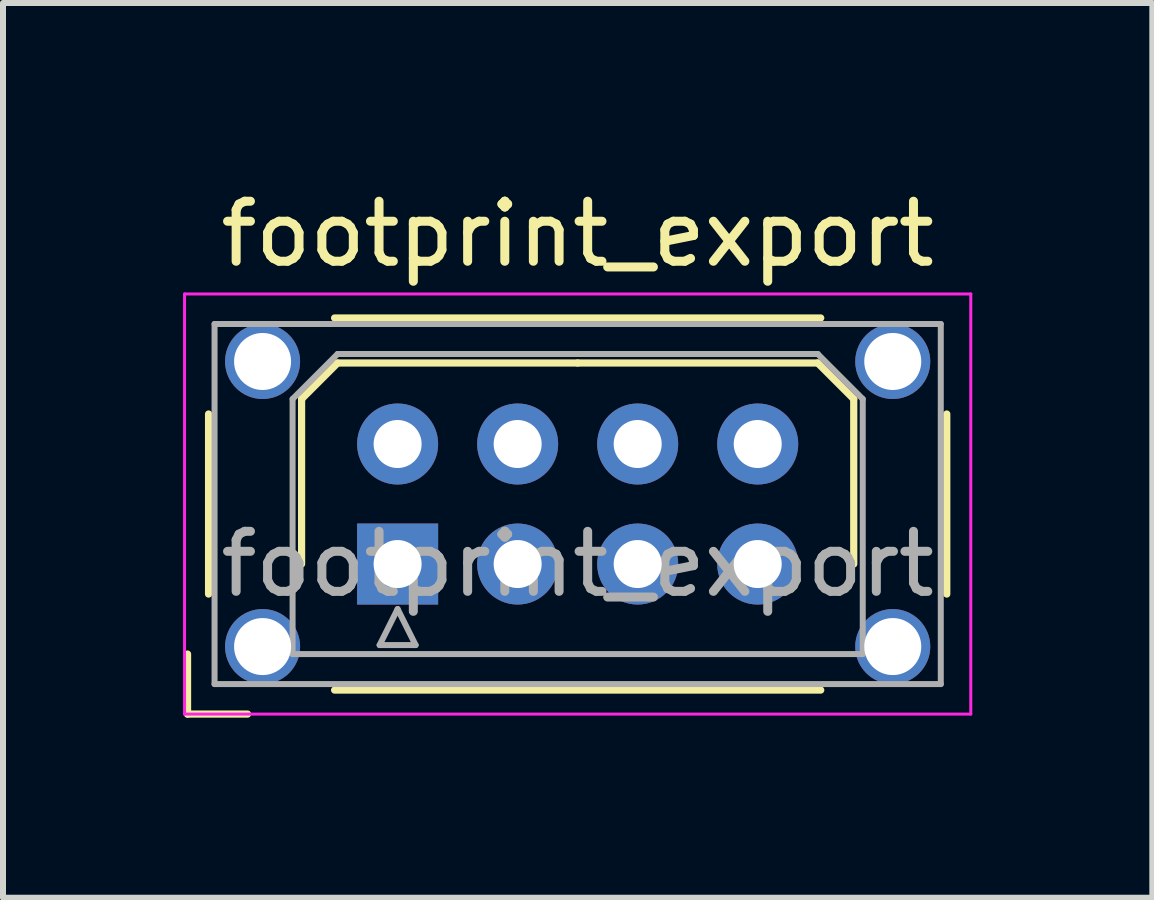
<source format=kicad_pcb>
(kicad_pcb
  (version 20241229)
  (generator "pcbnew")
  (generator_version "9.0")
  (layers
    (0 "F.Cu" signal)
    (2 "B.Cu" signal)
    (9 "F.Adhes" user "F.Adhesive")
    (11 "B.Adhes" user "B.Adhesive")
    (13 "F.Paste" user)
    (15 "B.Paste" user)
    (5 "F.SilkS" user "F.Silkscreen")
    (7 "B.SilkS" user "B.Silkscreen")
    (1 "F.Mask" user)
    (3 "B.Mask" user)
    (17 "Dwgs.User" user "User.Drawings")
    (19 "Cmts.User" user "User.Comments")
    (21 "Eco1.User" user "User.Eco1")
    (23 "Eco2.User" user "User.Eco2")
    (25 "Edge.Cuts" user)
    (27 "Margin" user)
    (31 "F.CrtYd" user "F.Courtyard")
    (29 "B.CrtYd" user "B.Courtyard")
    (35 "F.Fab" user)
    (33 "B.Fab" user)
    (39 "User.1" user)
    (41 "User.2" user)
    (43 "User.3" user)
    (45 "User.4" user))
  (footprint "footprint_export"
    (layer "F.Cu")
    (at 3.575 6.348)
    (property "Reference" "footprint_export" (at 3 -5.5 0) (layer "F.SilkS") (effects (font (size 1 1) (thickness 0.15))))
    (attr through_hole)
    (fp_line (start -3.5 1.5) (end -3.5 2.5) (stroke (width 0.12) (type solid)) (layer "F.SilkS"))
    (fp_line (start -3.5 2.5) (end -2.5 2.5) (stroke (width 0.12) (type solid)) (layer "F.SilkS"))
    (fp_line (start -3.15 -2.5) (end -3.15 0.5) (stroke (width 0.12) (type solid)) (layer "F.SilkS"))
    (fp_line (start -1.6 -2.75) (end -1 -3.35) (stroke (width 0.12) (type solid)) (layer "F.SilkS"))
    (fp_line (start -1.6 0) (end -1.6 -2.75) (stroke (width 0.12) (type solid)) (layer "F.SilkS"))
    (fp_line (start -1.05 -4.1) (end 7.05 -4.1) (stroke (width 0.12) (type solid)) (layer "F.SilkS"))
    (fp_line (start -1.05 2.1) (end 7.05 2.1) (stroke (width 0.12) (type solid)) (layer "F.SilkS"))
    (fp_line (start -1 -3.35) (end 3 -3.35) (stroke (width 0.12) (type solid)) (layer "F.SilkS"))
    (fp_line (start 7 -3.35) (end 3 -3.35) (stroke (width 0.12) (type solid)) (layer "F.SilkS"))
    (fp_line (start 7.6 -2.75) (end 7 -3.35) (stroke (width 0.12) (type solid)) (layer "F.SilkS"))
    (fp_line (start 7.6 0) (end 7.6 -2.75) (stroke (width 0.12) (type solid)) (layer "F.SilkS"))
    (fp_line (start 9.15 -2.5) (end 9.15 0.5) (stroke (width 0.12) (type solid)) (layer "F.SilkS"))
    (fp_line (start -3.55 -4.5) (end -3.55 2.5) (stroke (width 0.05) (type solid)) (layer "F.CrtYd"))
    (fp_line (start -3.55 2.5) (end 9.55 2.5) (stroke (width 0.05) (type solid)) (layer "F.CrtYd"))
    (fp_line (start 9.55 -4.5) (end -3.55 -4.5) (stroke (width 0.05) (type solid)) (layer "F.CrtYd"))
    (fp_line (start 9.55 2.5) (end 9.55 -4.5) (stroke (width 0.05) (type solid)) (layer "F.CrtYd"))
    (fp_line (start -3.05 -4) (end -3.05 2) (stroke (width 0.1) (type solid)) (layer "F.Fab"))
    (fp_line (start -3.05 2) (end 9.05 2) (stroke (width 0.1) (type solid)) (layer "F.Fab"))
    (fp_line (start -1.75 -2.75) (end -1 -3.5) (stroke (width 0.1) (type solid)) (layer "F.Fab"))
    (fp_line (start -1.75 1.5) (end -1.75 -2.75) (stroke (width 0.1) (type solid)) (layer "F.Fab"))
    (fp_line (start -1 -3.5) (end 7 -3.5) (stroke (width 0.1) (type solid)) (layer "F.Fab"))
    (fp_line (start -0.3 1.35) (end 0.3 1.35) (stroke (width 0.1) (type solid)) (layer "F.Fab"))
    (fp_line (start 0 0.75) (end -0.3 1.35) (stroke (width 0.1) (type solid)) (layer "F.Fab"))
    (fp_line (start 0.3 1.35) (end 0 0.75) (stroke (width 0.1) (type solid)) (layer "F.Fab"))
    (fp_line (start 7 -3.5) (end 7.75 -2.75) (stroke (width 0.1) (type solid)) (layer "F.Fab"))
    (fp_line (start 7.75 -2.75) (end 7.75 1.5) (stroke (width 0.1) (type solid)) (layer "F.Fab"))
    (fp_line (start 7.75 1.5) (end -1.75 1.5) (stroke (width 0.1) (type solid)) (layer "F.Fab"))
    (fp_line (start 9.05 -4) (end -3.05 -4) (stroke (width 0.1) (type solid)) (layer "F.Fab"))
    (fp_line (start 9.05 2) (end 9.05 -4) (stroke (width 0.1) (type solid)) (layer "F.Fab"))
    (fp_text user "${REFERENCE}" (at 3 0 0) (layer "F.Fab") (effects (font (size 1 1) (thickness 0.15))))
    (pad "" thru_hole circle (at -2.25 -3.375) (size 1.25 1.25) (drill 0.95) (layers "*.Cu" "*.Mask"))
    (pad "" thru_hole circle (at -2.25 1.375) (size 1.25 1.25) (drill 0.95) (layers "*.Cu" "*.Mask"))
    (pad "" thru_hole circle (at 8.25 -3.375) (size 1.25 1.25) (drill 0.95) (layers "*.Cu" "*.Mask"))
    (pad "" thru_hole circle (at 8.25 1.375) (size 1.25 1.25) (drill 0.95) (layers "*.Cu" "*.Mask"))
    (pad "1" thru_hole rect (at 0 0) (size 1.35 1.35) (drill 0.8) (layers "*.Cu" "*.Mask"))
    (pad "2" thru_hole circle (at 0 -2) (size 1.35 1.35) (drill 0.8) (layers "*.Cu" "*.Mask"))
    (pad "3" thru_hole circle (at 2 0) (size 1.35 1.35) (drill 0.8) (layers "*.Cu" "*.Mask"))
    (pad "4" thru_hole circle (at 2 -2) (size 1.35 1.35) (drill 0.8) (layers "*.Cu" "*.Mask"))
    (pad "5" thru_hole circle (at 4 0) (size 1.35 1.35) (drill 0.8) (layers "*.Cu" "*.Mask"))
    (pad "6" thru_hole circle (at 4 -2) (size 1.35 1.35) (drill 0.8) (layers "*.Cu" "*.Mask"))
    (pad "7" thru_hole circle (at 6 0) (size 1.35 1.35) (drill 0.8) (layers "*.Cu" "*.Mask"))
    (pad "8" thru_hole circle (at 6 -2) (size 1.35 1.35) (drill 0.8) (layers "*.Cu" "*.Mask")))
  (gr_rect
    (start -3 -3)
    (end 16.15 11.908)
    (stroke (width 0.1) (type default))
    (fill no)
    (layer "Edge.Cuts")))
</source>
